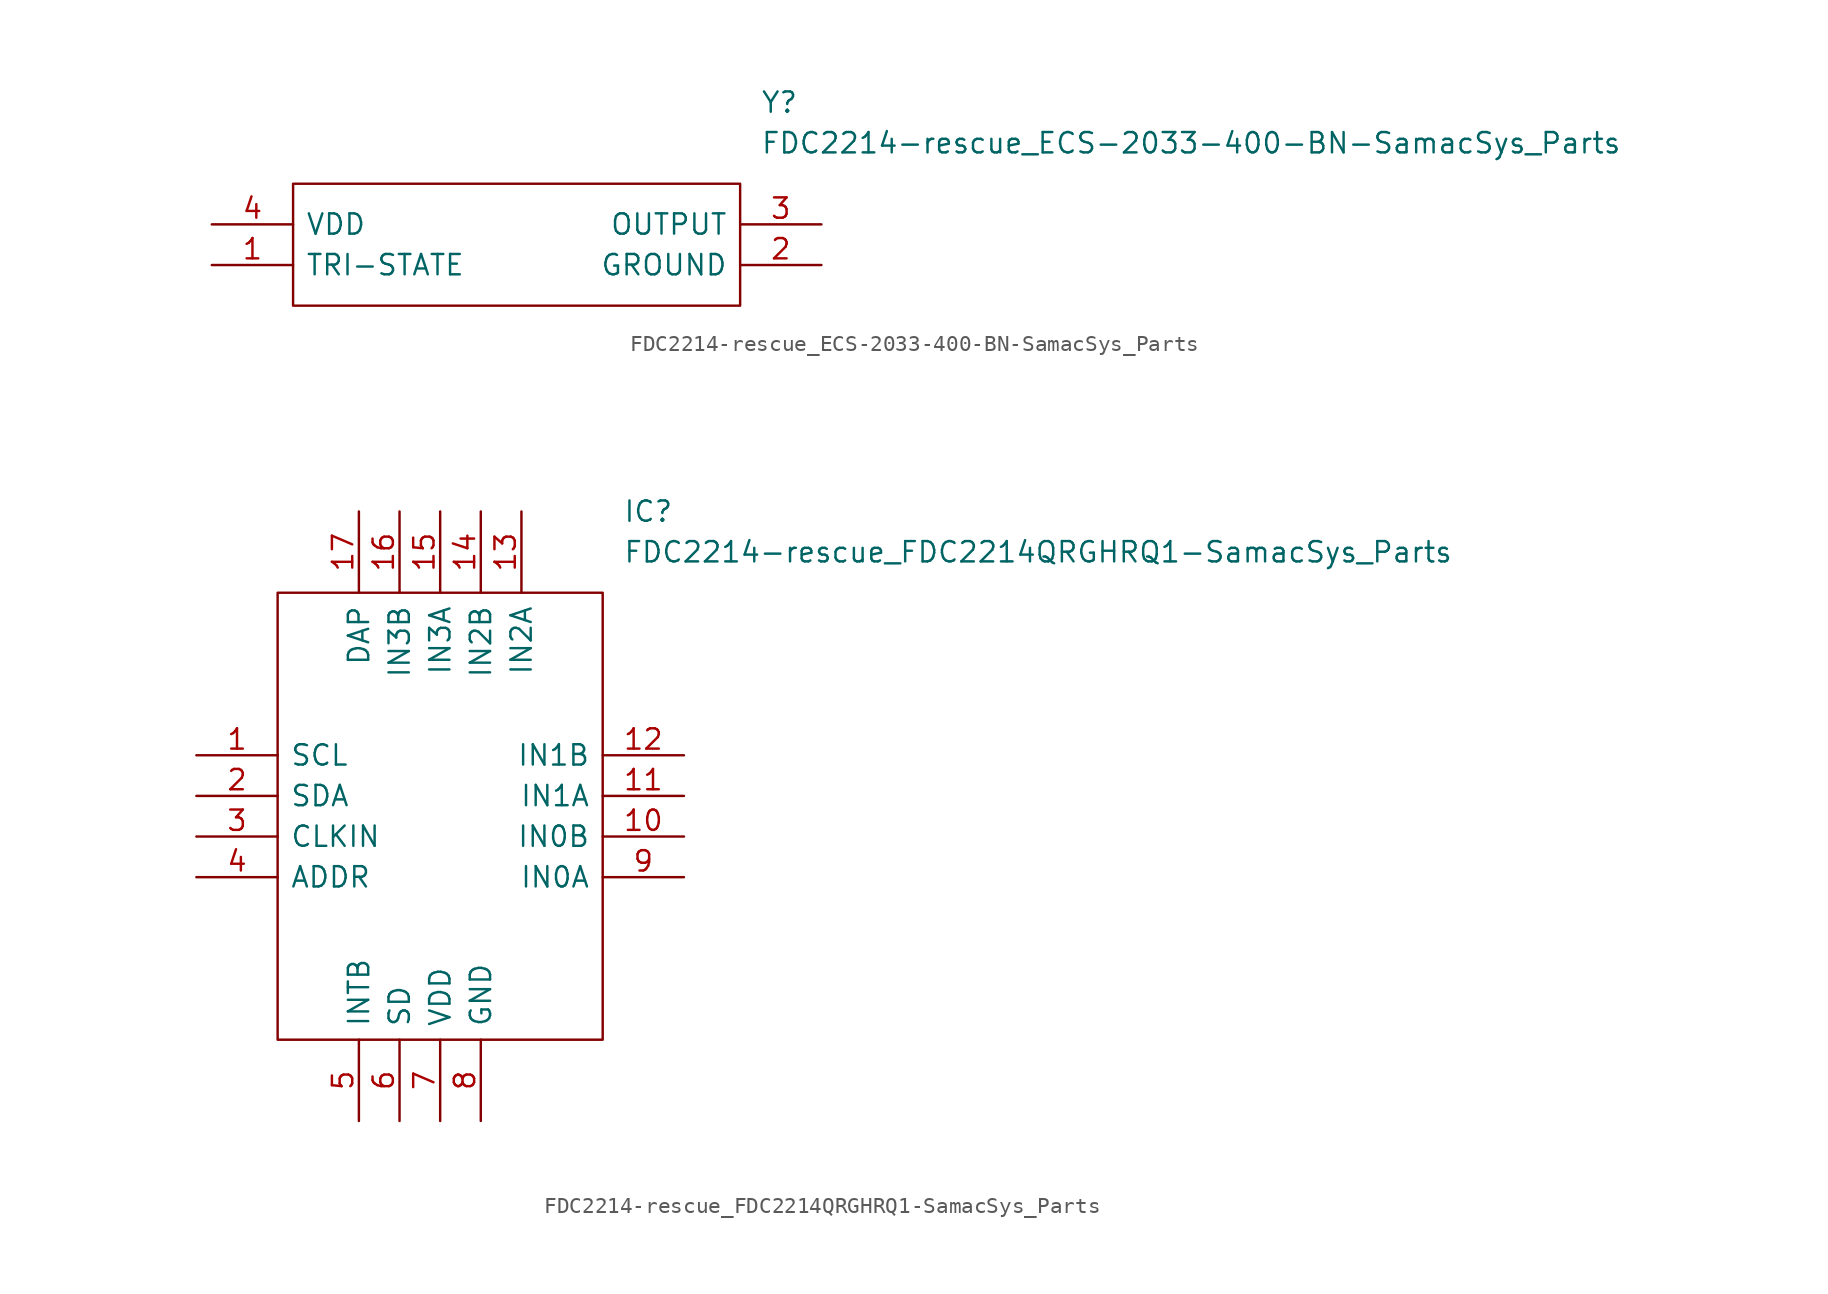
<source format=kicad_sym>
(kicad_symbol_lib
  (version 20211014)
  (generator kicad_symbol_editor)
  (symbol "FDC2214-rescue_ECS-2033-400-BN-SamacSys_Parts"
    (pin_names
      (offset 0.762))
    (property "Reference" "Y"
      (at 34.29 7.62 0)
      (effects (font (size 1.27 1.27)) (justify left)))
    (property "Value" "FDC2214-rescue_ECS-2033-400-BN-SamacSys_Parts"
      (at 34.29 5.08 0)
      (effects (font (size 1.27 1.27)) (justify left)))
    (symbol "FDC2214-rescue_ECS-2033-400-BN-SamacSys_Parts_0_0"
      (pin passive line (at 0 -2.54 0) (length 5.08) (name "TRI-STATE" (effects (font (size 1.27 1.27)))) (number "1" (effects (font (size 1.27 1.27)))))
      (pin passive line (at 38.1 -2.54 180) (length 5.08) (name "GROUND" (effects (font (size 1.27 1.27)))) (number "2" (effects (font (size 1.27 1.27)))))
      (pin passive line (at 38.1 0 180) (length 5.08) (name "OUTPUT" (effects (font (size 1.27 1.27)))) (number "3" (effects (font (size 1.27 1.27)))))
      (pin passive line (at 0 0 0) (length 5.08) (name "VDD" (effects (font (size 1.27 1.27)))) (number "4" (effects (font (size 1.27 1.27))))))
    (symbol "FDC2214-rescue_ECS-2033-400-BN-SamacSys_Parts_0_1"
      (polyline (pts (xy 5.08 2.54) (xy 33.02 2.54) (xy 33.02 -5.08) (xy 5.08 -5.08) (xy 5.08 2.54)) (stroke (width 0.152) (type default) (color 0 0 0 0)) (fill (type none)))))
  (symbol "FDC2214-rescue_FDC2214QRGHRQ1-SamacSys_Parts"
    (pin_names
      (offset 0.762))
    (property "Reference" "IC"
      (at 26.67 15.24 0)
      (effects (font (size 1.27 1.27)) (justify left)))
    (property "Value" "FDC2214-rescue_FDC2214QRGHRQ1-SamacSys_Parts"
      (at 26.67 12.7 0)
      (effects (font (size 1.27 1.27)) (justify left)))
    (symbol "FDC2214-rescue_FDC2214QRGHRQ1-SamacSys_Parts_0_0"
      (pin passive line (at 0 0 0) (length 5.08) (name "SCL" (effects (font (size 1.27 1.27)))) (number "1" (effects (font (size 1.27 1.27)))))
      (pin passive line (at 30.48 -5.08 180) (length 5.08) (name "IN0B" (effects (font (size 1.27 1.27)))) (number "10" (effects (font (size 1.27 1.27)))))
      (pin passive line (at 30.48 -2.54 180) (length 5.08) (name "IN1A" (effects (font (size 1.27 1.27)))) (number "11" (effects (font (size 1.27 1.27)))))
      (pin passive line (at 30.48 0 180) (length 5.08) (name "IN1B" (effects (font (size 1.27 1.27)))) (number "12" (effects (font (size 1.27 1.27)))))
      (pin passive line (at 20.32 15.24 270) (length 5.08) (name "IN2A" (effects (font (size 1.27 1.27)))) (number "13" (effects (font (size 1.27 1.27)))))
      (pin passive line (at 17.78 15.24 270) (length 5.08) (name "IN2B" (effects (font (size 1.27 1.27)))) (number "14" (effects (font (size 1.27 1.27)))))
      (pin passive line (at 15.24 15.24 270) (length 5.08) (name "IN3A" (effects (font (size 1.27 1.27)))) (number "15" (effects (font (size 1.27 1.27)))))
      (pin passive line (at 12.7 15.24 270) (length 5.08) (name "IN3B" (effects (font (size 1.27 1.27)))) (number "16" (effects (font (size 1.27 1.27)))))
      (pin passive line (at 10.16 15.24 270) (length 5.08) (name "DAP" (effects (font (size 1.27 1.27)))) (number "17" (effects (font (size 1.27 1.27)))))
      (pin passive line (at 0 -2.54 0) (length 5.08) (name "SDA" (effects (font (size 1.27 1.27)))) (number "2" (effects (font (size 1.27 1.27)))))
      (pin passive line (at 0 -5.08 0) (length 5.08) (name "CLKIN" (effects (font (size 1.27 1.27)))) (number "3" (effects (font (size 1.27 1.27)))))
      (pin passive line (at 0 -7.62 0) (length 5.08) (name "ADDR" (effects (font (size 1.27 1.27)))) (number "4" (effects (font (size 1.27 1.27)))))
      (pin passive line (at 10.16 -22.86 90) (length 5.08) (name "INTB" (effects (font (size 1.27 1.27)))) (number "5" (effects (font (size 1.27 1.27)))))
      (pin passive line (at 12.7 -22.86 90) (length 5.08) (name "SD" (effects (font (size 1.27 1.27)))) (number "6" (effects (font (size 1.27 1.27)))))
      (pin passive line (at 15.24 -22.86 90) (length 5.08) (name "VDD" (effects (font (size 1.27 1.27)))) (number "7" (effects (font (size 1.27 1.27)))))
      (pin passive line (at 17.78 -22.86 90) (length 5.08) (name "GND" (effects (font (size 1.27 1.27)))) (number "8" (effects (font (size 1.27 1.27)))))
      (pin passive line (at 30.48 -7.62 180) (length 5.08) (name "IN0A" (effects (font (size 1.27 1.27)))) (number "9" (effects (font (size 1.27 1.27))))))
    (symbol "FDC2214-rescue_FDC2214QRGHRQ1-SamacSys_Parts_0_1"
      (polyline (pts (xy 5.08 10.16) (xy 25.4 10.16) (xy 25.4 -17.78) (xy 5.08 -17.78) (xy 5.08 10.16)) (stroke (width 0.152) (type default) (color 0 0 0 0)) (fill (type none))))))
</source>
